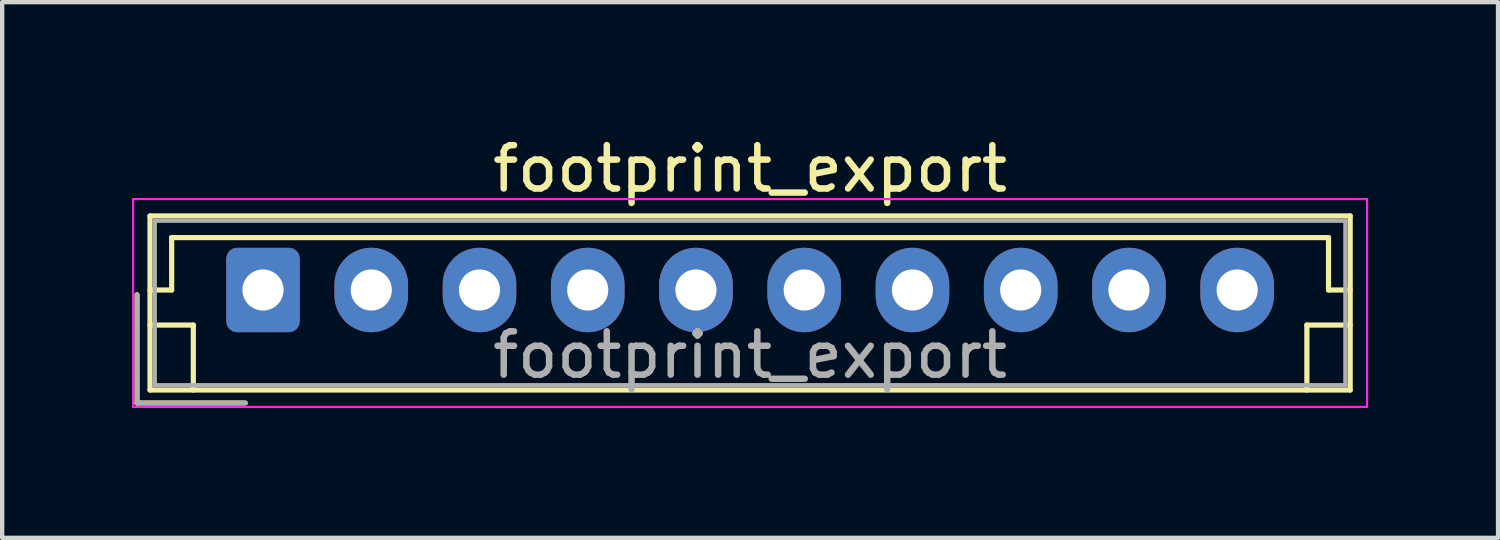
<source format=kicad_pcb>
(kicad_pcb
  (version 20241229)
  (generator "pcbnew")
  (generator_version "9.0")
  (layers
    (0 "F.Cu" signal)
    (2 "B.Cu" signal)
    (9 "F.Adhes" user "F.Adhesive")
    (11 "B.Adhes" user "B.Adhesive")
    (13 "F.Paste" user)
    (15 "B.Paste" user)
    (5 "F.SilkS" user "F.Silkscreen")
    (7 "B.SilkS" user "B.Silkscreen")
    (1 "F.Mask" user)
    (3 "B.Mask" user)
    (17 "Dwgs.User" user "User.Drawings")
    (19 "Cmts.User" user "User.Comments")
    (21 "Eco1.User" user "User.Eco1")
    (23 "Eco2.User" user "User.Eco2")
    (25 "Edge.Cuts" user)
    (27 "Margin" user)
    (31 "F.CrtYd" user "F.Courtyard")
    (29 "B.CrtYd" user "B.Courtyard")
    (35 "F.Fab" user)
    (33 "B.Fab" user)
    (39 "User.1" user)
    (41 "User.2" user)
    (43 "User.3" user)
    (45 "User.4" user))
  (footprint "footprint_export"
    (layer "F.Cu")
    (at 3.025 3.648)
    (property "Reference" "footprint_export" (at 11.25 -2.8 0) (layer "F.SilkS") (effects (font (size 1 1) (thickness 0.15))))
    (attr through_hole)
    (fp_line (start -2.91 0.11) (end -2.91 2.61) (stroke (width 0.12) (type solid)) (layer "F.SilkS"))
    (fp_line (start -2.91 2.61) (end -0.41 2.61) (stroke (width 0.12) (type solid)) (layer "F.SilkS"))
    (fp_line (start -2.61 -1.71) (end -2.61 2.31) (stroke (width 0.12) (type solid)) (layer "F.SilkS"))
    (fp_line (start -2.61 0) (end -2.11 0) (stroke (width 0.12) (type solid)) (layer "F.SilkS"))
    (fp_line (start -2.61 0.81) (end -1.61 0.81) (stroke (width 0.12) (type solid)) (layer "F.SilkS"))
    (fp_line (start -2.61 2.31) (end 25.11 2.31) (stroke (width 0.12) (type solid)) (layer "F.SilkS"))
    (fp_line (start -2.11 -1.21) (end 24.61 -1.21) (stroke (width 0.12) (type solid)) (layer "F.SilkS"))
    (fp_line (start -2.11 0) (end -2.11 -1.21) (stroke (width 0.12) (type solid)) (layer "F.SilkS"))
    (fp_line (start -1.61 0.81) (end -1.61 2.31) (stroke (width 0.12) (type solid)) (layer "F.SilkS"))
    (fp_line (start 24.11 0.81) (end 24.11 2.31) (stroke (width 0.12) (type solid)) (layer "F.SilkS"))
    (fp_line (start 24.61 -1.21) (end 24.61 0) (stroke (width 0.12) (type solid)) (layer "F.SilkS"))
    (fp_line (start 24.61 0) (end 25.11 0) (stroke (width 0.12) (type solid)) (layer "F.SilkS"))
    (fp_line (start 25.11 -1.71) (end -2.61 -1.71) (stroke (width 0.12) (type solid)) (layer "F.SilkS"))
    (fp_line (start 25.11 0.81) (end 24.11 0.81) (stroke (width 0.12) (type solid)) (layer "F.SilkS"))
    (fp_line (start 25.11 2.31) (end 25.11 -1.71) (stroke (width 0.12) (type solid)) (layer "F.SilkS"))
    (fp_line (start -3 -2.1) (end -3 2.7) (stroke (width 0.05) (type solid)) (layer "F.CrtYd"))
    (fp_line (start -3 2.7) (end 25.5 2.7) (stroke (width 0.05) (type solid)) (layer "F.CrtYd"))
    (fp_line (start 25.5 -2.1) (end -3 -2.1) (stroke (width 0.05) (type solid)) (layer "F.CrtYd"))
    (fp_line (start 25.5 2.7) (end 25.5 -2.1) (stroke (width 0.05) (type solid)) (layer "F.CrtYd"))
    (fp_line (start -2.91 0.11) (end -2.91 2.61) (stroke (width 0.1) (type solid)) (layer "F.Fab"))
    (fp_line (start -2.91 2.61) (end -0.41 2.61) (stroke (width 0.1) (type solid)) (layer "F.Fab"))
    (fp_line (start -2.5 -1.6) (end -2.5 2.2) (stroke (width 0.1) (type solid)) (layer "F.Fab"))
    (fp_line (start -2.5 2.2) (end 25 2.2) (stroke (width 0.1) (type solid)) (layer "F.Fab"))
    (fp_line (start 25 -1.6) (end -2.5 -1.6) (stroke (width 0.1) (type solid)) (layer "F.Fab"))
    (fp_line (start 25 2.2) (end 25 -1.6) (stroke (width 0.1) (type solid)) (layer "F.Fab"))
    (fp_text user "${REFERENCE}" (at 11.25 1.5 0) (layer "F.Fab") (effects (font (size 1 1) (thickness 0.15))))
    (pad "1" thru_hole roundrect (at 0 0) (size 1.7 1.95) (drill 0.95) (layers "*.Cu" "*.Mask") (roundrect_rratio 0.147))
    (pad "2" thru_hole oval (at 2.5 0) (size 1.7 1.95) (drill 0.95) (layers "*.Cu" "*.Mask"))
    (pad "3" thru_hole oval (at 5 0) (size 1.7 1.95) (drill 0.95) (layers "*.Cu" "*.Mask"))
    (pad "4" thru_hole oval (at 7.5 0) (size 1.7 1.95) (drill 0.95) (layers "*.Cu" "*.Mask"))
    (pad "5" thru_hole oval (at 10 0) (size 1.7 1.95) (drill 0.95) (layers "*.Cu" "*.Mask"))
    (pad "6" thru_hole oval (at 12.5 0) (size 1.7 1.95) (drill 0.95) (layers "*.Cu" "*.Mask"))
    (pad "7" thru_hole oval (at 15 0) (size 1.7 1.95) (drill 0.95) (layers "*.Cu" "*.Mask"))
    (pad "8" thru_hole oval (at 17.5 0) (size 1.7 1.95) (drill 0.95) (layers "*.Cu" "*.Mask"))
    (pad "9" thru_hole oval (at 20 0) (size 1.7 1.95) (drill 0.95) (layers "*.Cu" "*.Mask"))
    (pad "10" thru_hole oval (at 22.5 0) (size 1.7 1.95) (drill 0.95) (layers "*.Cu" "*.Mask")))
  (gr_rect
    (start -3 -3)
    (end 31.55 9.373)
    (stroke (width 0.1) (type default))
    (fill no)
    (layer "Edge.Cuts")))
</source>
